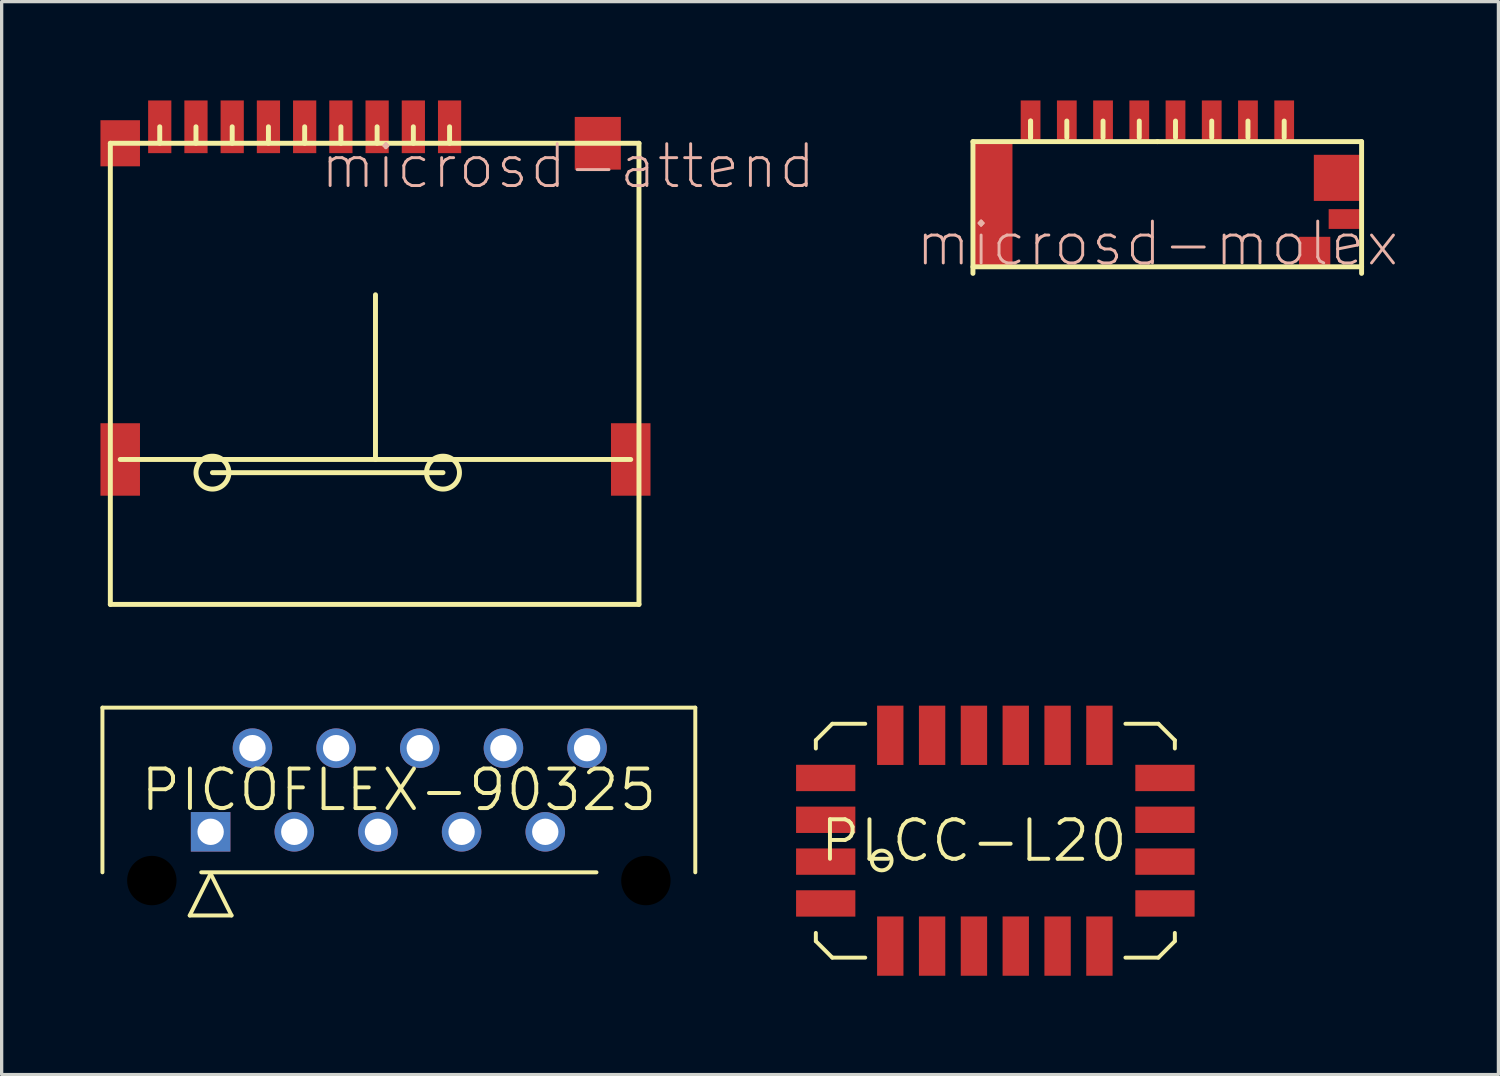
<source format=kicad_pcb>
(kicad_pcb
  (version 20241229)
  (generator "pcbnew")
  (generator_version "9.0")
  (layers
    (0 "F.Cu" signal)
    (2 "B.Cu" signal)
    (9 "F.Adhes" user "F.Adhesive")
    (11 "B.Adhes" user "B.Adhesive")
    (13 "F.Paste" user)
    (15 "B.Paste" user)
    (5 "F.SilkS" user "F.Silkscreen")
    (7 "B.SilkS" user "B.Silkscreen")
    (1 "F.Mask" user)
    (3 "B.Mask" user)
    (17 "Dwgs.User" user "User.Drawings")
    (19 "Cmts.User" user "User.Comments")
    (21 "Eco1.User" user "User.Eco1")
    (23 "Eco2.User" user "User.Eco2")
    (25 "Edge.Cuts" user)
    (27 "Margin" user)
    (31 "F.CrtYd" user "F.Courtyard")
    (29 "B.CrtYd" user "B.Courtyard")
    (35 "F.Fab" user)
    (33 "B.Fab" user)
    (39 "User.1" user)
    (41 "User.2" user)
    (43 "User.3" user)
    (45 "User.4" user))
  (footprint "PICOFLEX-90325"
    (layer "F.Cu")
    (at 9.06 20.935)
    (property "Reference" "PICOFLEX-90325" (at 0 0 0) (layer "F.SilkS") (effects (font (size 1.2 1.2) (thickness 0.12))))
    (attr through_hole)
    (fp_line (start -9 -2.5) (end 9 -2.5) (stroke (width 0.12) (type solid)) (layer "F.SilkS"))
    (fp_line (start -9 2.5) (end -9 -2.5) (stroke (width 0.12) (type solid)) (layer "F.SilkS"))
    (fp_line (start -6.35 3.81) (end -5.08 3.81) (stroke (width 0.12) (type solid)) (layer "F.SilkS"))
    (fp_line (start -5.715 2.54) (end -6.35 3.81) (stroke (width 0.12) (type solid)) (layer "F.SilkS"))
    (fp_line (start -5.08 3.81) (end -5.715 2.54) (stroke (width 0.12) (type solid)) (layer "F.SilkS"))
    (fp_line (start 6 2.5) (end -6 2.5) (stroke (width 0.12) (type solid)) (layer "F.SilkS"))
    (fp_line (start 9 -2.5) (end 9 2.5) (stroke (width 0.12) (type solid)) (layer "F.SilkS"))
    (pad "" np_thru_hole circle (at -7.5 2.75) (size 1.5 1.5) (drill 1.5) (layers "*.Mask"))
    (pad "" np_thru_hole circle (at 7.5 2.75) (size 1.5 1.5) (drill 1.5) (layers "*.Mask"))
    (pad "1" thru_hole rect (at -5.715 1.27) (size 1.2 1.2) (drill 0.8) (layers "*.Cu" "*.Mask"))
    (pad "2" thru_hole circle (at -4.445 -1.27) (size 1.2 1.2) (drill 0.8) (layers "*.Cu" "*.Mask"))
    (pad "3" thru_hole circle (at -3.175 1.27) (size 1.2 1.2) (drill 0.8) (layers "*.Cu" "*.Mask"))
    (pad "4" thru_hole circle (at -1.905 -1.27) (size 1.2 1.2) (drill 0.8) (layers "*.Cu" "*.Mask"))
    (pad "5" thru_hole circle (at -0.635 1.27) (size 1.2 1.2) (drill 0.8) (layers "*.Cu" "*.Mask"))
    (pad "6" thru_hole circle (at 0.635 -1.27) (size 1.2 1.2) (drill 0.8) (layers "*.Cu" "*.Mask"))
    (pad "7" thru_hole circle (at 1.905 1.27) (size 1.2 1.2) (drill 0.8) (layers "*.Cu" "*.Mask"))
    (pad "8" thru_hole circle (at 3.175 -1.27) (size 1.2 1.2) (drill 0.8) (layers "*.Cu" "*.Mask"))
    (pad "9" thru_hole circle (at 4.445 1.27) (size 1.2 1.2) (drill 0.8) (layers "*.Cu" "*.Mask"))
    (pad "10" thru_hole circle (at 5.715 -1.27) (size 1.2 1.2) (drill 0.8) (layers "*.Cu" "*.Mask")))
  (footprint "PLCC-L20"
    (layer "F.Cu")
    (at 26.52 22.475)
    (property "Reference" "PLCC-L20" (at 0 0 0) (layer "F.SilkS") (effects (font (size 1.2 1.2) (thickness 0.12))))
    (attr through_hole)
    (fp_line (start -4.8 -3.05) (end -4.8 -2.8) (stroke (width 0.12) (type solid)) (layer "F.SilkS"))
    (fp_line (start -4.8 3.05) (end -4.8 2.8) (stroke (width 0.12) (type solid)) (layer "F.SilkS"))
    (fp_line (start -4.3 -3.55) (end -4.8 -3.05) (stroke (width 0.12) (type solid)) (layer "F.SilkS"))
    (fp_line (start -4.3 3.55) (end -4.8 3.05) (stroke (width 0.12) (type solid)) (layer "F.SilkS"))
    (fp_line (start -4.3 3.55) (end -3.3 3.55) (stroke (width 0.12) (type solid)) (layer "F.SilkS"))
    (fp_line (start -3.3 -3.55) (end -4.3 -3.55) (stroke (width 0.12) (type solid)) (layer "F.SilkS"))
    (fp_line (start 4.6 3.55) (end 5.6 3.55) (stroke (width 0.12) (type solid)) (layer "F.SilkS"))
    (fp_line (start 5.6 -3.55) (end 4.6 -3.55) (stroke (width 0.12) (type solid)) (layer "F.SilkS"))
    (fp_line (start 5.6 -3.55) (end 6.1 -3.05) (stroke (width 0.12) (type solid)) (layer "F.SilkS"))
    (fp_line (start 5.6 3.55) (end 6.1 3.05) (stroke (width 0.12) (type solid)) (layer "F.SilkS"))
    (fp_line (start 6.1 -3.05) (end 6.1 -2.8) (stroke (width 0.12) (type solid)) (layer "F.SilkS"))
    (fp_line (start 6.1 3.05) (end 6.1 2.8) (stroke (width 0.12) (type solid)) (layer "F.SilkS"))
    (fp_circle (center -2.8 0.6) (end -2.5 0.6) (stroke (width 0.12) (type solid)) (fill no) (layer "F.SilkS"))
    (pad "1" smd rect (at -4.5 0.635 90) (size 0.8 1.8) (layers "F.Cu" "F.Mask" "F.Paste"))
    (pad "2" smd rect (at -4.5 1.905 90) (size 0.8 1.8) (layers "F.Cu" "F.Mask" "F.Paste"))
    (pad "3" smd rect (at -2.54 3.2) (size 0.8 1.8) (layers "F.Cu" "F.Mask" "F.Paste"))
    (pad "4" smd rect (at -1.27 3.2) (size 0.8 1.8) (layers "F.Cu" "F.Mask" "F.Paste"))
    (pad "5" smd rect (at 0 3.2) (size 0.8 1.8) (layers "F.Cu" "F.Mask" "F.Paste"))
    (pad "6" smd rect (at 1.27 3.2) (size 0.8 1.8) (layers "F.Cu" "F.Mask" "F.Paste"))
    (pad "7" smd rect (at 2.54 3.2) (size 0.8 1.8) (layers "F.Cu" "F.Mask" "F.Paste"))
    (pad "8" smd rect (at 3.81 3.2) (size 0.8 1.8) (layers "F.Cu" "F.Mask" "F.Paste"))
    (pad "9" smd rect (at 5.8 1.905 90) (size 0.8 1.8) (layers "F.Cu" "F.Mask" "F.Paste"))
    (pad "10" smd rect (at 5.8 0.635 90) (size 0.8 1.8) (layers "F.Cu" "F.Mask" "F.Paste"))
    (pad "11" smd rect (at 5.8 -0.635 90) (size 0.8 1.8) (layers "F.Cu" "F.Mask" "F.Paste"))
    (pad "12" smd rect (at 5.8 -1.905 90) (size 0.8 1.8) (layers "F.Cu" "F.Mask" "F.Paste"))
    (pad "13" smd rect (at 3.81 -3.2) (size 0.8 1.8) (layers "F.Cu" "F.Mask" "F.Paste"))
    (pad "14" smd rect (at 2.54 -3.2) (size 0.8 1.8) (layers "F.Cu" "F.Mask" "F.Paste"))
    (pad "15" smd rect (at 1.27 -3.2) (size 0.8 1.8) (layers "F.Cu" "F.Mask" "F.Paste"))
    (pad "16" smd rect (at 0 -3.2) (size 0.8 1.8) (layers "F.Cu" "F.Mask" "F.Paste"))
    (pad "17" smd rect (at -1.27 -3.2) (size 0.8 1.8) (layers "F.Cu" "F.Mask" "F.Paste"))
    (pad "18" smd rect (at -2.54 -3.2) (size 0.8 1.8) (layers "F.Cu" "F.Mask" "F.Paste"))
    (pad "19" smd rect (at -4.5 -1.905 90) (size 0.8 1.8) (layers "F.Cu" "F.Mask" "F.Paste"))
    (pad "20" smd rect (at -4.5 -0.635 90) (size 0.8 1.8) (layers "F.Cu" "F.Mask" "F.Paste")))
  (footprint "microsd-attend"
    (layer "F.Cu")
    (at 8.35 7.85)
    (property "Reference" "microsd-attend" (at 5.85 -5.85 0) (layer "B.SilkS") (effects (font (size 1.27 1.27) (thickness 0.089))))
    (attr smd)
    (fp_line (start -8.05 -6.55) (end 8 -6.55) (stroke (width 0.15) (type solid)) (layer "F.SilkS"))
    (fp_line (start -8.05 7.45) (end -8.05 -6.55) (stroke (width 0.15) (type solid)) (layer "F.SilkS"))
    (fp_line (start -7.75 3.05) (end 7.75 3.05) (stroke (width 0.15) (type solid)) (layer "F.SilkS"))
    (fp_line (start -6.55 -6.55) (end -6.55 -7.05) (stroke (width 0.15) (type solid)) (layer "F.SilkS"))
    (fp_line (start -5.45 -6.55) (end -5.45 -7.05) (stroke (width 0.15) (type solid)) (layer "F.SilkS"))
    (fp_line (start -4.95 3.45) (end 2.05 3.45) (stroke (width 0.15) (type solid)) (layer "F.SilkS"))
    (fp_line (start -4.35 -6.55) (end -4.35 -7.05) (stroke (width 0.15) (type solid)) (layer "F.SilkS"))
    (fp_line (start -3.25 -6.55) (end -3.25 -7.05) (stroke (width 0.15) (type solid)) (layer "F.SilkS"))
    (fp_line (start -2.15 -6.55) (end -2.15 -7.05) (stroke (width 0.15) (type solid)) (layer "F.SilkS"))
    (fp_line (start -1.05 -6.55) (end -1.05 -7.05) (stroke (width 0.15) (type solid)) (layer "F.SilkS"))
    (fp_line (start 0 3.05) (end 0 -1.95) (stroke (width 0.15) (type solid)) (layer "F.SilkS"))
    (fp_line (start 0.05 -6.55) (end 0.05 -7.05) (stroke (width 0.15) (type solid)) (layer "F.SilkS"))
    (fp_line (start 1.15 -6.55) (end 1.15 -7.05) (stroke (width 0.15) (type solid)) (layer "F.SilkS"))
    (fp_line (start 2.25 -6.55) (end 2.25 -7.05) (stroke (width 0.15) (type solid)) (layer "F.SilkS"))
    (fp_line (start 8 -6.55) (end 8 7.45) (stroke (width 0.15) (type solid)) (layer "F.SilkS"))
    (fp_line (start 8 7.45) (end -8.05 7.45) (stroke (width 0.15) (type solid)) (layer "F.SilkS"))
    (fp_circle (center -4.95 3.45) (end -5.45 3.45) (stroke (width 0.15) (type solid)) (fill no) (layer "F.SilkS"))
    (fp_circle (center 2.05 3.45) (end 2.55 3.45) (stroke (width 0.15) (type solid)) (fill no) (layer "F.SilkS"))
    (pad "1" smd rect (at 2.25 -7.05 270) (size 1.6 0.705) (layers "F.Cu" "F.Mask" "F.Paste"))
    (pad "2" smd rect (at 1.15 -7.05 270) (size 1.6 0.705) (layers "F.Cu" "F.Mask" "F.Paste"))
    (pad "3" smd rect (at 0.05 -7.05 270) (size 1.6 0.705) (layers "F.Cu" "F.Mask" "F.Paste"))
    (pad "4" smd rect (at -1.05 -7.05 270) (size 1.6 0.705) (layers "F.Cu" "F.Mask" "F.Paste"))
    (pad "5" smd rect (at -2.15 -7.05 270) (size 1.6 0.705) (layers "F.Cu" "F.Mask" "F.Paste"))
    (pad "6" smd rect (at -3.25 -7.05 270) (size 1.6 0.705) (layers "F.Cu" "F.Mask" "F.Paste"))
    (pad "7" smd rect (at -4.35 -7.05 270) (size 1.6 0.705) (layers "F.Cu" "F.Mask" "F.Paste"))
    (pad "8" smd rect (at -5.45 -7.05 270) (size 1.6 0.705) (layers "F.Cu" "F.Mask" "F.Paste"))
    (pad "DET" smd rect (at -6.55 -7.05 270) (size 1.6 0.705) (layers "F.Cu" "F.Mask" "F.Paste"))
    (pad "GND" smd rect (at -7.75 -6.55) (size 1.2 1.4) (layers "F.Cu" "F.Mask" "F.Paste"))
    (pad "NC" smd rect (at -7.75 3.05) (size 1.2 2.2) (layers "F.Cu" "F.Mask" "F.Paste"))
    (pad "NC" smd rect (at 6.75 -6.55 270) (size 1.6 1.4) (layers "F.Cu" "F.Mask" "F.Paste"))
    (pad "NC" smd rect (at 7.75 3.05) (size 1.2 2.2) (layers "F.Cu" "F.Mask" "F.Paste")))
  (footprint "microsd-molex"
    (layer "F.Cu")
    (at 32.09 1.25)
    (property "Reference" "microsd-molex" (at 0 3.1 0) (layer "B.SilkS") (effects (font (size 1.27 1.27) (thickness 0.089))))
    (attr smd)
    (fp_line (start -5.6 0) (end -5.6 4) (stroke (width 0.15) (type solid)) (layer "F.SilkS"))
    (fp_line (start -5.6 3.8) (end 6.2 3.8) (stroke (width 0.15) (type solid)) (layer "F.SilkS"))
    (fp_line (start -3.85 -0.125) (end -3.85 -0.625) (stroke (width 0.15) (type solid)) (layer "F.SilkS"))
    (fp_line (start -3.85 -0.125) (end -3.85 -0.625) (stroke (width 0.15) (type solid)) (layer "F.SilkS"))
    (fp_line (start -2.75 -0.125) (end -2.75 -0.625) (stroke (width 0.15) (type solid)) (layer "F.SilkS"))
    (fp_line (start -1.65 -0.125) (end -1.65 -0.625) (stroke (width 0.15) (type solid)) (layer "F.SilkS"))
    (fp_line (start -0.55 -0.125) (end -0.55 -0.625) (stroke (width 0.15) (type solid)) (layer "F.SilkS"))
    (fp_line (start 0 0) (end -5.6 0) (stroke (width 0.15) (type solid)) (layer "F.SilkS"))
    (fp_line (start 0 0) (end 6.2 0) (stroke (width 0.15) (type solid)) (layer "F.SilkS"))
    (fp_line (start 0.55 -0.125) (end 0.55 -0.625) (stroke (width 0.15) (type solid)) (layer "F.SilkS"))
    (fp_line (start 1.65 -0.125) (end 1.65 -0.625) (stroke (width 0.15) (type solid)) (layer "F.SilkS"))
    (fp_line (start 2.75 -0.125) (end 2.75 -0.625) (stroke (width 0.15) (type solid)) (layer "F.SilkS"))
    (fp_line (start 3.85 -0.125) (end 3.85 -0.625) (stroke (width 0.15) (type solid)) (layer "F.SilkS"))
    (fp_line (start 6.2 0) (end 6.2 4) (stroke (width 0.15) (type solid)) (layer "F.SilkS"))
    (pad "1" smd rect (at 3.85 -0.625 270) (size 1.25 0.6) (layers "F.Cu" "F.Mask" "F.Paste"))
    (pad "2" smd rect (at 2.75 -0.625 270) (size 1.25 0.6) (layers "F.Cu" "F.Mask" "F.Paste"))
    (pad "3" smd rect (at 1.65 -0.625 270) (size 1.25 0.6) (layers "F.Cu" "F.Mask" "F.Paste"))
    (pad "4" smd rect (at 0.55 -0.625 270) (size 1.25 0.6) (layers "F.Cu" "F.Mask" "F.Paste"))
    (pad "5" smd rect (at -0.55 -0.625 270) (size 1.25 0.6) (layers "F.Cu" "F.Mask" "F.Paste"))
    (pad "6" smd rect (at -1.65 -0.625 270) (size 1.25 0.6) (layers "F.Cu" "F.Mask" "F.Paste"))
    (pad "7" smd rect (at -2.75 -0.625 270) (size 1.25 0.6) (layers "F.Cu" "F.Mask" "F.Paste"))
    (pad "8" smd rect (at -3.85 -0.625 270) (size 1.25 0.6) (layers "F.Cu" "F.Mask" "F.Paste"))
    (pad "DET" smd rect (at 4.775 3.315 270) (size 0.85 0.95) (layers "F.Cu" "F.Mask" "F.Paste"))
    (pad "GND" smd rect (at -5 1.855) (size 1.2 3.79) (layers "F.Cu" "F.Mask" "F.Paste"))
    (pad "GND" smd rect (at 5.475 1.1) (size 1.45 1.4) (layers "F.Cu" "F.Mask" "F.Paste"))
    (pad "POL" smd rect (at 5.7 2.35 270) (size 0.6 1) (layers "F.Cu" "F.Mask" "F.Paste")))
  (gr_rect
    (start -3 -3)
    (end 42.444 29.575)
    (stroke (width 0.1) (type default))
    (fill no)
    (layer "Edge.Cuts")))
</source>
